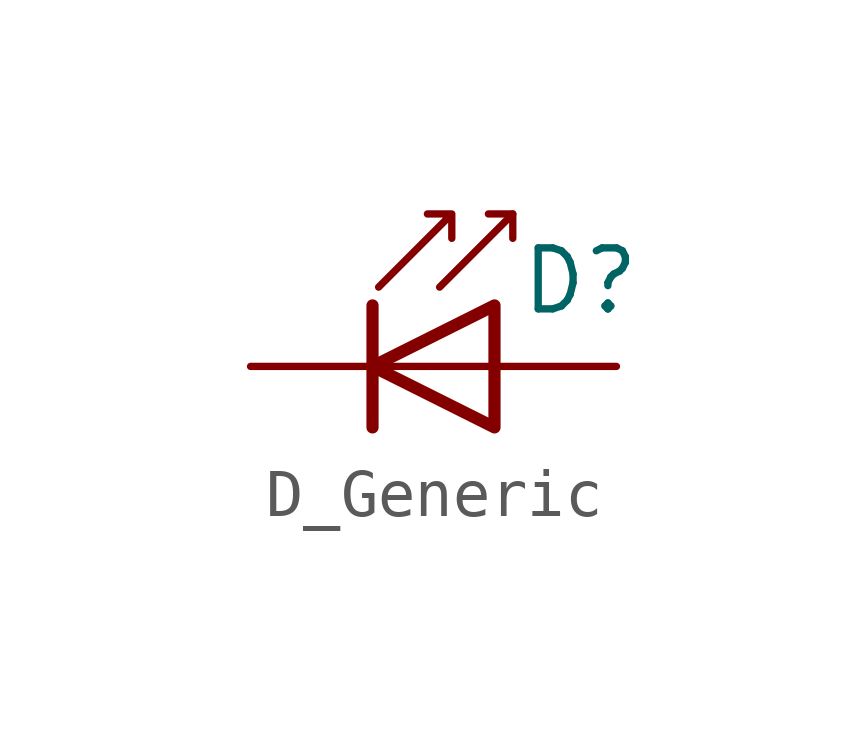
<source format=kicad_sym>
(kicad_symbol_lib
  (version 20241209)
  (generator "kicad_symbol_editor")
  (generator_version "9.0")
  (symbol "D_Generic"
    (pin_numbers
      (hide yes))
    (pin_names
      (offset 1.016)
      (hide yes))
    (property "Reference" "D"
      (at 1.778 1.778 0)
      (effects (font (size 1.27 1.27)) (justify left)))
    (symbol "D_Generic_0_1"
      (polyline (pts (xy -1.27 1.27) (xy -1.27 -1.27)) (stroke (width 0.254) (type default)) (fill (type none)))
      (polyline (pts (xy -1.143 1.651) (xy 0.381 3.175) (xy 0.381 2.667) (xy 0.381 3.175) (xy -0.127 3.175)) (stroke (width 0) (type default)) (fill (type none)))
      (polyline (pts (xy 0.127 1.651) (xy 1.651 3.175) (xy 1.651 2.667)) (stroke (width 0) (type default)) (fill (type none)))
      (polyline (pts (xy 1.27 0) (xy -1.27 0)) (stroke (width 0) (type default)) (fill (type none)))
      (polyline (pts (xy 1.27 -1.27) (xy -1.27 0) (xy 1.27 1.27) (xy 1.27 -1.27)) (stroke (width 0.254) (type default)) (fill (type none)))
      (polyline (pts (xy 1.651 3.175) (xy 1.143 3.175)) (stroke (width 0) (type default)) (fill (type none))))
    (symbol "D_Generic_1_1"
      (pin passive line (at -3.81 0 0) (length 2.54) (name "K" (effects (font (size 1.27 1.27)))) (number "1" (effects (font (size 1.27 1.27)))))
      (pin passive line (at 3.81 0 180) (length 2.54) (name "A" (effects (font (size 1.27 1.27)))) (number "2" (effects (font (size 1.27 1.27))))))))
</source>
